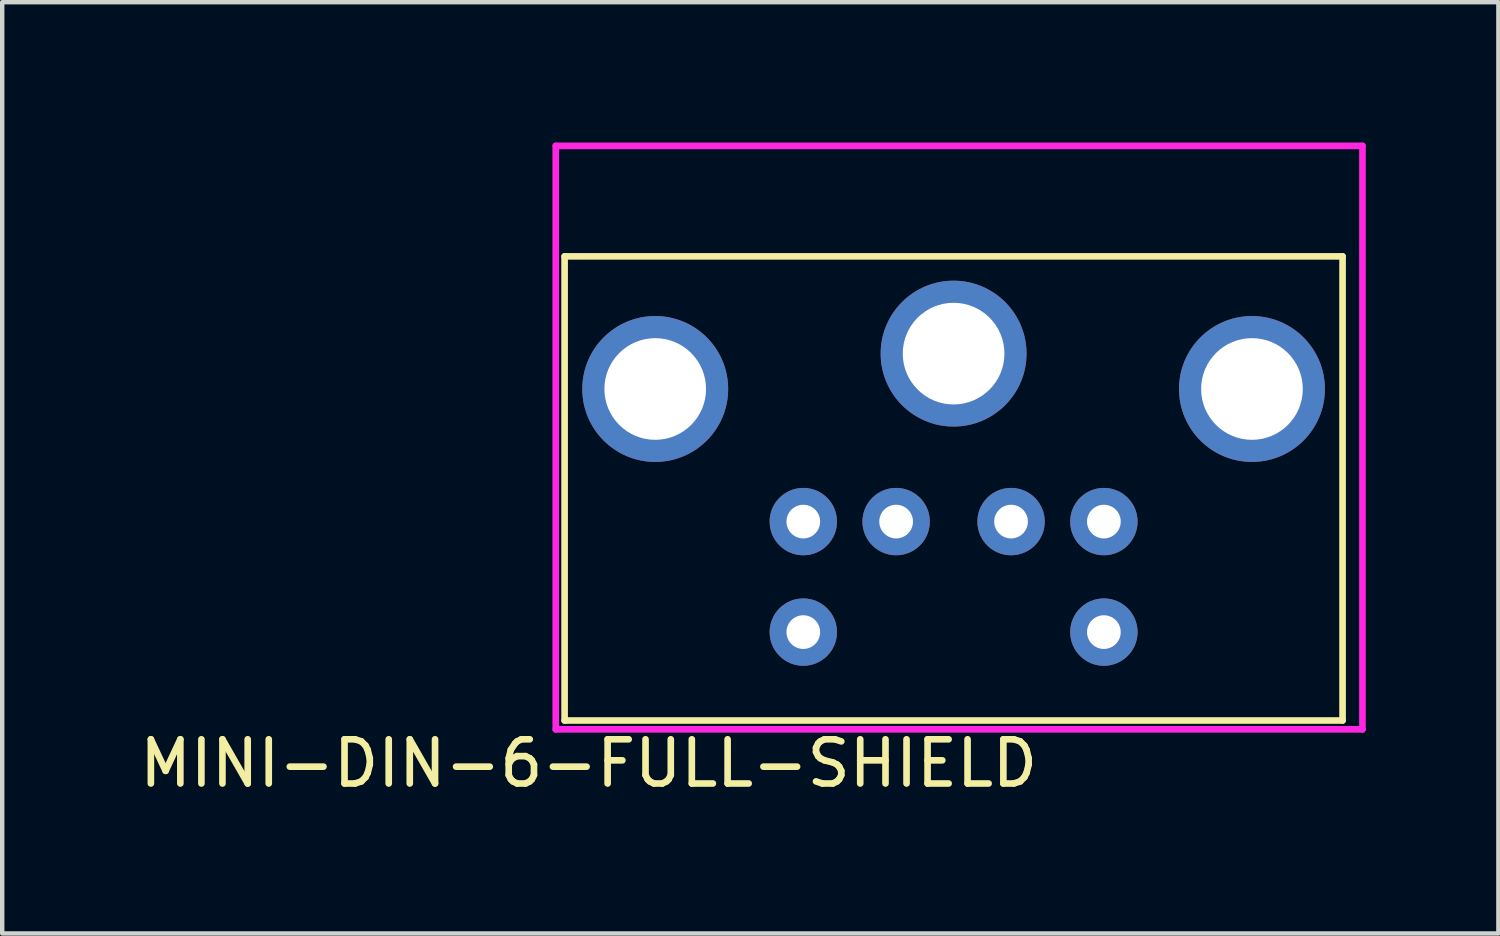
<source format=kicad_pcb>
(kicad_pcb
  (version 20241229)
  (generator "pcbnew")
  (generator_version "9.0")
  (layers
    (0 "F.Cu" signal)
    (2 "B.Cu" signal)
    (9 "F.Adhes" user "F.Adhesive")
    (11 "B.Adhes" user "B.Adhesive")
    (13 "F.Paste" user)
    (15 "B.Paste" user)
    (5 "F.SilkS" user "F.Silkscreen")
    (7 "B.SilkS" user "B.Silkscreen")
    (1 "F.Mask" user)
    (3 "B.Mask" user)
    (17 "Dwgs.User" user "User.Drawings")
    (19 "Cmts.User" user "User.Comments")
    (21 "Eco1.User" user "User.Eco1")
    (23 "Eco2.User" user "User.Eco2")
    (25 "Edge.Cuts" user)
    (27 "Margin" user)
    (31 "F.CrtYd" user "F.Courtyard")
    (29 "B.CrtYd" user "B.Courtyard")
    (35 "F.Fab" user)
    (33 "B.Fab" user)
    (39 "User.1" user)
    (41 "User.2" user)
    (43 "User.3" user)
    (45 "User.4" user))
  (footprint "MINI-DIN-6-FULL-SHIELD"
    (layer "F.Cu")
    (at 18.523 0.25)
    (property "Reference" "MINI-DIN-6-FULL-SHIELD" (at -8.255 13.97 0) (layer "F.SilkS") (effects (font (size 1 1) (thickness 0.15))))
    (attr through_hole)
    (fp_line (start -8.8 2.5) (end 8.8 2.5) (stroke (width 0.15) (type solid)) (layer "F.SilkS"))
    (fp_line (start -8.8 13) (end -8.8 2.5) (stroke (width 0.15) (type solid)) (layer "F.SilkS"))
    (fp_line (start 8.8 2.5) (end 8.8 13) (stroke (width 0.15) (type solid)) (layer "F.SilkS"))
    (fp_line (start 8.8 13) (end -8.8 13) (stroke (width 0.15) (type solid)) (layer "F.SilkS"))
    (fp_line (start -9 0) (end 9.25 0) (stroke (width 0.15) (type solid)) (layer "F.CrtYd"))
    (fp_line (start -9 13.2) (end -9 0) (stroke (width 0.15) (type solid)) (layer "F.CrtYd"))
    (fp_line (start 9.25 0) (end 9.25 13.2) (stroke (width 0.15) (type solid)) (layer "F.CrtYd"))
    (fp_line (start 9.25 13.2) (end -9 13.2) (stroke (width 0.15) (type solid)) (layer "F.CrtYd"))
    (pad "1" thru_hole circle (at 1.3 8.5) (size 1.524 1.524) (drill 0.762) (layers "*.Cu" "*.Mask"))
    (pad "2" thru_hole circle (at -1.3 8.5) (size 1.524 1.524) (drill 0.762) (layers "*.Cu" "*.Mask"))
    (pad "3" thru_hole circle (at 3.4 8.5) (size 1.524 1.524) (drill 0.762) (layers "*.Cu" "*.Mask"))
    (pad "4" thru_hole circle (at -3.4 8.5) (size 1.524 1.524) (drill 0.762) (layers "*.Cu" "*.Mask"))
    (pad "5" thru_hole circle (at 3.4 11) (size 1.524 1.524) (drill 0.762) (layers "*.Cu" "*.Mask"))
    (pad "6" thru_hole circle (at -3.4 11) (size 1.524 1.524) (drill 0.762) (layers "*.Cu" "*.Mask"))
    (pad "7" thru_hole circle (at -6.75 5.5) (size 3.3 3.3) (drill 2.3) (layers "*.Cu" "*.Mask"))
    (pad "7" thru_hole circle (at 0 4.7) (size 3.3 3.3) (drill 2.3) (layers "*.Cu" "*.Mask"))
    (pad "7" thru_hole circle (at 6.75 5.5) (size 3.3 3.3) (drill 2.3) (layers "*.Cu" "*.Mask")))
  (gr_rect
    (start -3 -3)
    (end 30.848 18.068)
    (stroke (width 0.1) (type default))
    (fill no)
    (layer "Edge.Cuts")))
</source>
